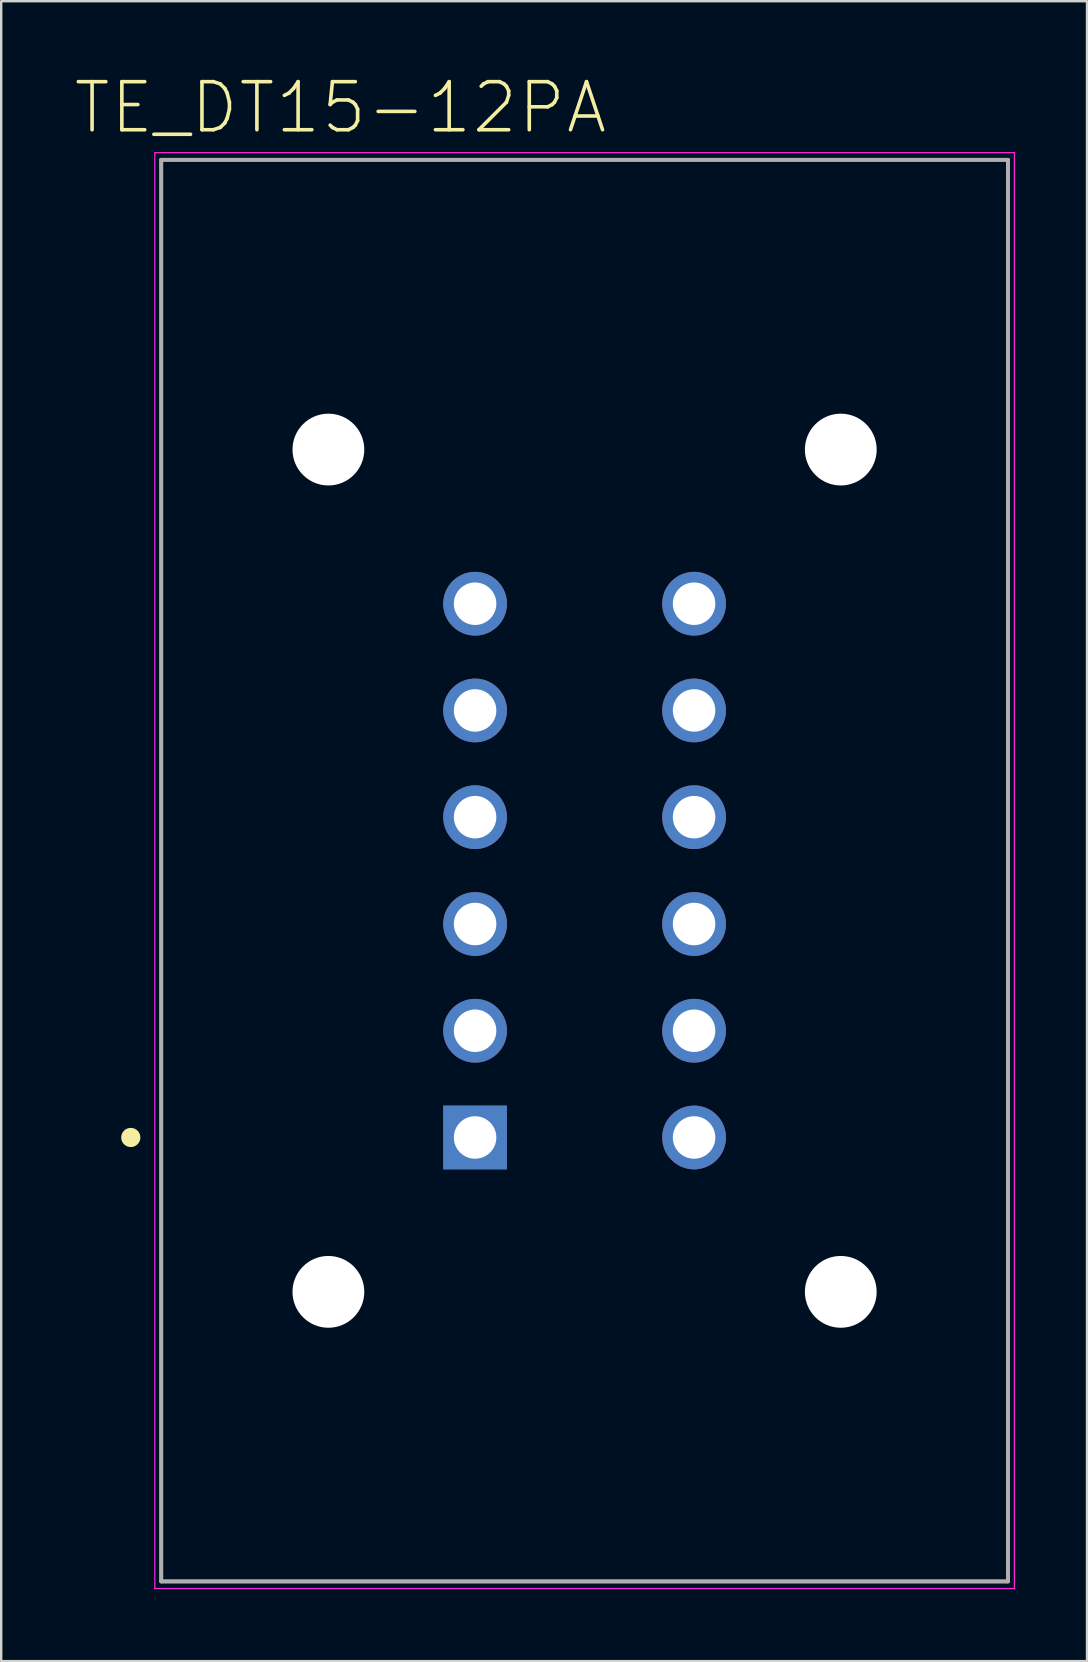
<source format=kicad_pcb>
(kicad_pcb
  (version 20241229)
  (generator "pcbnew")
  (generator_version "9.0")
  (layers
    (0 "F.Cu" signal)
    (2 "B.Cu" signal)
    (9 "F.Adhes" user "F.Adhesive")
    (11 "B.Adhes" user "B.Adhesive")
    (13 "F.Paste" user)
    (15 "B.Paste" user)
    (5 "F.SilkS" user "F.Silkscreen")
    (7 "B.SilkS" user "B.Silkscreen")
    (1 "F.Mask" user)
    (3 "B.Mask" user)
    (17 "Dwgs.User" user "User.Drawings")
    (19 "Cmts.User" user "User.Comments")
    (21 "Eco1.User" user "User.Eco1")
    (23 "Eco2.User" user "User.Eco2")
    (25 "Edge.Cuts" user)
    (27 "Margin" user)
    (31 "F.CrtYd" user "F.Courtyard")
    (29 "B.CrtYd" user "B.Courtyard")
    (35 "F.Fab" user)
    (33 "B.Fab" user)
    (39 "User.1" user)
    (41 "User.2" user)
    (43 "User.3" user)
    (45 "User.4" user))
  (footprint "TE_DT15-12PA"
    (layer "F.Cu")
    (at 21.297 33.209)
    (property "Reference" "TE_DT15-12PA" (at -10.168 -31.775 0) (layer "F.SilkS") (effects (font (size 2.002 2.002) (thickness 0.15))))
    (attr through_hole)
    (fp_line (start -17.63 -29.605) (end 17.63 -29.605) (stroke (width 0.152) (type solid)) (layer "F.SilkS"))
    (fp_line (start -17.63 29.605) (end -17.63 -29.605) (stroke (width 0.152) (type solid)) (layer "F.SilkS"))
    (fp_line (start 17.63 -29.605) (end 17.63 29.605) (stroke (width 0.152) (type solid)) (layer "F.SilkS"))
    (fp_line (start 17.63 29.605) (end -17.63 29.605) (stroke (width 0.152) (type solid)) (layer "F.SilkS"))
    (fp_circle (center -18.9 11.115) (end -18.7 11.115) (stroke (width 0.4) (type solid)) (fill no) (layer "F.SilkS"))
    (fp_line (start -17.9 -29.9) (end 17.9 -29.9) (stroke (width 0.05) (type solid)) (layer "F.CrtYd"))
    (fp_line (start -17.9 29.9) (end -17.9 -29.9) (stroke (width 0.05) (type solid)) (layer "F.CrtYd"))
    (fp_line (start 17.9 -29.9) (end 17.9 29.9) (stroke (width 0.05) (type solid)) (layer "F.CrtYd"))
    (fp_line (start 17.9 29.9) (end -17.9 29.9) (stroke (width 0.05) (type solid)) (layer "F.CrtYd"))
    (fp_line (start -17.63 -29.605) (end 17.63 -29.605) (stroke (width 0.152) (type solid)) (layer "F.Fab"))
    (fp_line (start -17.63 29.605) (end -17.63 -29.605) (stroke (width 0.152) (type solid)) (layer "F.Fab"))
    (fp_line (start 17.63 -29.605) (end 17.63 29.605) (stroke (width 0.152) (type solid)) (layer "F.Fab"))
    (fp_line (start 17.63 29.605) (end -17.63 29.605) (stroke (width 0.152) (type solid)) (layer "F.Fab"))
    (pad "" np_thru_hole circle (at -10.67 -17.535) (size 2.99 2.99) (drill 2.99) (layers "*.Cu" "*.Mask"))
    (pad "" np_thru_hole circle (at -10.67 17.545) (size 2.99 2.99) (drill 2.99) (layers "*.Cu" "*.Mask"))
    (pad "" np_thru_hole circle (at 10.67 -17.535) (size 2.99 2.99) (drill 2.99) (layers "*.Cu" "*.Mask"))
    (pad "" np_thru_hole circle (at 10.67 17.545) (size 2.99 2.99) (drill 2.99) (layers "*.Cu" "*.Mask"))
    (pad "1" thru_hole rect (at -4.56 11.115) (size 2.655 2.655) (drill 1.77) (layers "*.Cu" "*.Mask"))
    (pad "2" thru_hole circle (at -4.56 6.67) (size 2.655 2.655) (drill 1.77) (layers "*.Cu" "*.Mask"))
    (pad "3" thru_hole circle (at -4.56 2.225) (size 2.655 2.655) (drill 1.77) (layers "*.Cu" "*.Mask"))
    (pad "4" thru_hole circle (at -4.56 -2.225) (size 2.655 2.655) (drill 1.77) (layers "*.Cu" "*.Mask"))
    (pad "5" thru_hole circle (at -4.56 -6.67) (size 2.655 2.655) (drill 1.77) (layers "*.Cu" "*.Mask"))
    (pad "6" thru_hole circle (at -4.56 -11.115) (size 2.655 2.655) (drill 1.77) (layers "*.Cu" "*.Mask"))
    (pad "7" thru_hole circle (at 4.56 -11.115) (size 2.655 2.655) (drill 1.77) (layers "*.Cu" "*.Mask"))
    (pad "8" thru_hole circle (at 4.56 -6.67) (size 2.655 2.655) (drill 1.77) (layers "*.Cu" "*.Mask"))
    (pad "9" thru_hole circle (at 4.56 -2.225) (size 2.655 2.655) (drill 1.77) (layers "*.Cu" "*.Mask"))
    (pad "10" thru_hole circle (at 4.56 2.225) (size 2.655 2.655) (drill 1.77) (layers "*.Cu" "*.Mask"))
    (pad "11" thru_hole circle (at 4.56 6.67) (size 2.655 2.655) (drill 1.77) (layers "*.Cu" "*.Mask"))
    (pad "12" thru_hole circle (at 4.56 11.115) (size 2.655 2.655) (drill 1.77) (layers "*.Cu" "*.Mask")))
  (gr_rect
    (start -3 -3)
    (end 42.222 66.134)
    (stroke (width 0.1) (type default))
    (fill no)
    (layer "Edge.Cuts")))
</source>
